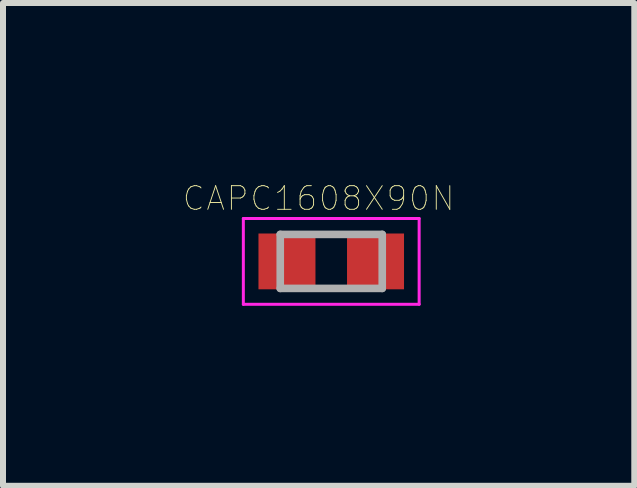
<source format=kicad_pcb>
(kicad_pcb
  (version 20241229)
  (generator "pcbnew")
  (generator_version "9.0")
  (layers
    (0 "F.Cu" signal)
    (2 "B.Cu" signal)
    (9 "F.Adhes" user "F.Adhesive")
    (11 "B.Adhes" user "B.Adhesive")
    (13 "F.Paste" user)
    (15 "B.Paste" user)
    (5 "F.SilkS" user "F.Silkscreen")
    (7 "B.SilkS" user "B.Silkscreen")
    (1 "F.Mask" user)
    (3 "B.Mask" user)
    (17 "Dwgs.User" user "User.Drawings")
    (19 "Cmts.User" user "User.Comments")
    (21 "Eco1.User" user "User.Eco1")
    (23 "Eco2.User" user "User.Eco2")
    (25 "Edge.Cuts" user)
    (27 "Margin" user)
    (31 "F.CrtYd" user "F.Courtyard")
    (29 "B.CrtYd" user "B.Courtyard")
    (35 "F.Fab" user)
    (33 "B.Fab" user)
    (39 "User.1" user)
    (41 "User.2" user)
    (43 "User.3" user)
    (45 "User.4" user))
  (footprint "CAPC1608X90N"
    (layer "F.Cu")
    (at 2.471 1.307)
    (property "Reference" "CAPC1608X90N" (at -0.21 -1.05 0) (layer "F.SilkS") (effects (font (size 0.394 0.394) (thickness 0.015))))
    (attr through_hole)
    (fp_line (start -1.465 -0.715) (end 1.465 -0.715) (stroke (width 0.05) (type solid)) (layer "F.CrtYd"))
    (fp_line (start -1.465 0.715) (end -1.465 -0.715) (stroke (width 0.05) (type solid)) (layer "F.CrtYd"))
    (fp_line (start -1.465 0.715) (end 1.465 0.715) (stroke (width 0.05) (type solid)) (layer "F.CrtYd"))
    (fp_line (start 1.465 0.715) (end 1.465 -0.715) (stroke (width 0.05) (type solid)) (layer "F.CrtYd"))
    (fp_line (start -0.85 0.45) (end -0.85 -0.45) (stroke (width 0.127) (type solid)) (layer "F.Fab"))
    (fp_line (start 0.85 -0.45) (end -0.85 -0.45) (stroke (width 0.127) (type solid)) (layer "F.Fab"))
    (fp_line (start 0.85 0.45) (end -0.85 0.45) (stroke (width 0.127) (type solid)) (layer "F.Fab"))
    (fp_line (start 0.85 0.45) (end 0.85 -0.45) (stroke (width 0.127) (type solid)) (layer "F.Fab"))
    (pad "1" smd rect (at -0.738 0) (size 0.95 0.93) (layers "F.Cu" "F.Mask" "F.Paste"))
    (pad "2" smd rect (at 0.738 0) (size 0.95 0.93) (layers "F.Cu" "F.Mask" "F.Paste")))
  (gr_rect
    (start -3 -3)
    (end 7.522 5.047)
    (stroke (width 0.1) (type default))
    (fill no)
    (layer "Edge.Cuts")))
</source>
